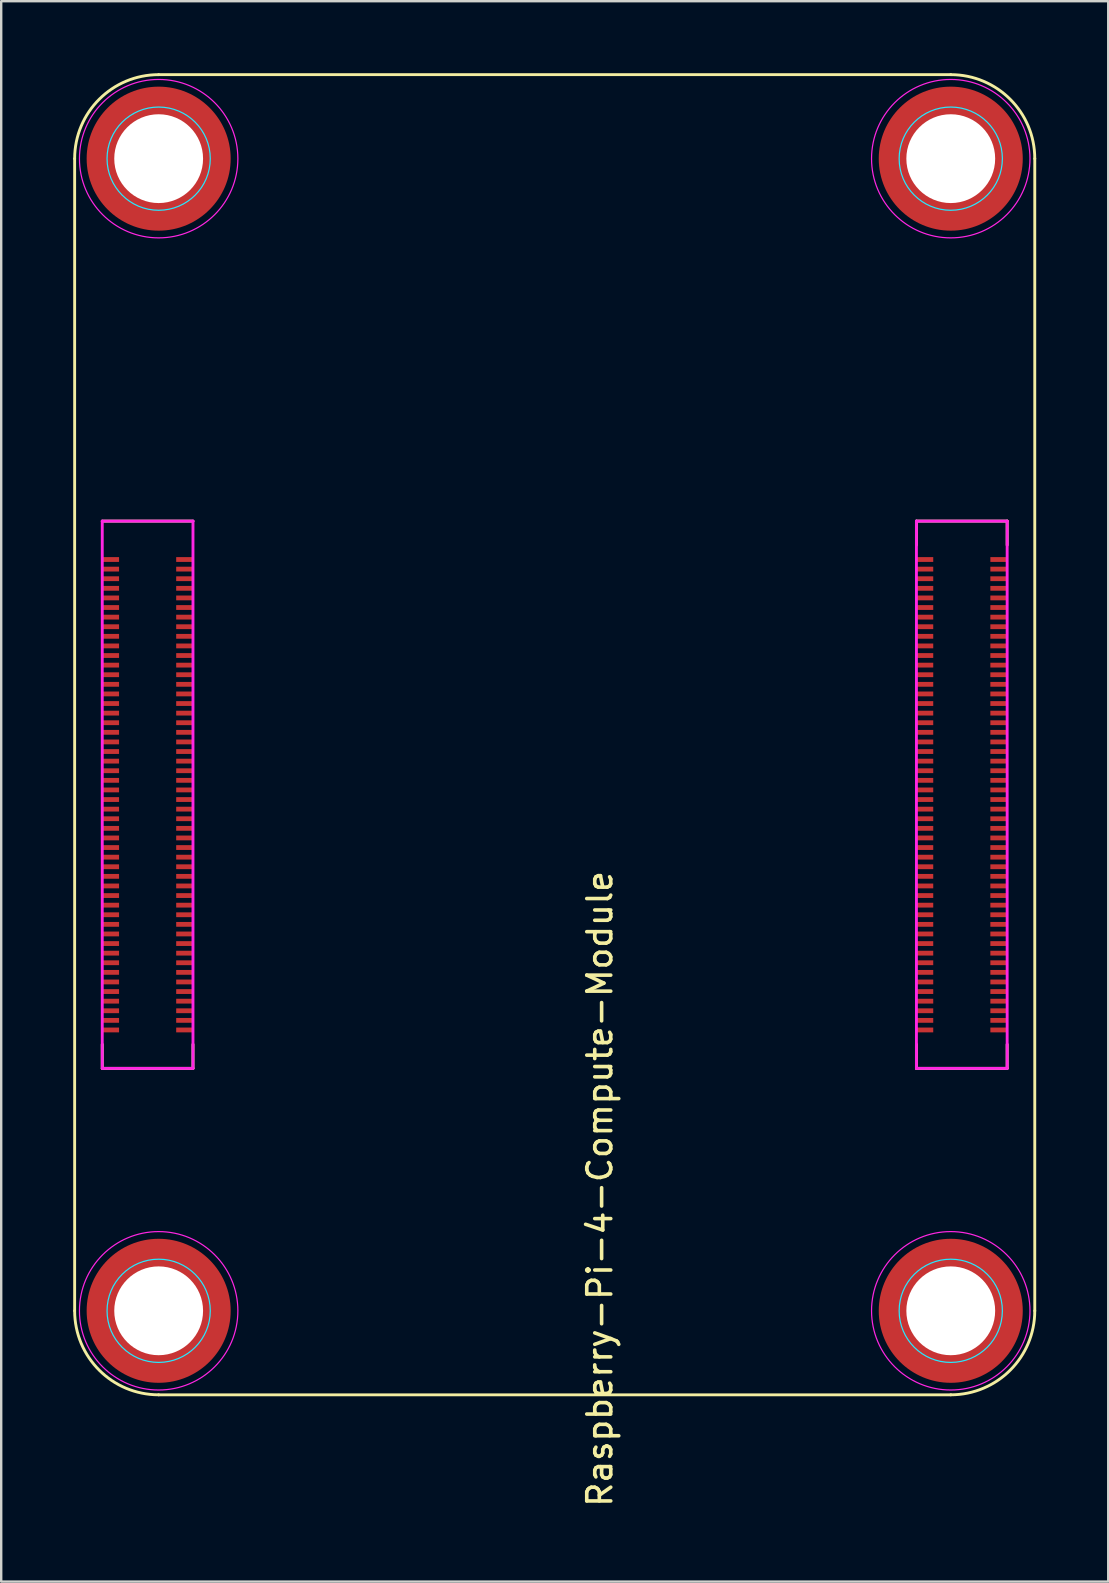
<source format=kicad_pcb>
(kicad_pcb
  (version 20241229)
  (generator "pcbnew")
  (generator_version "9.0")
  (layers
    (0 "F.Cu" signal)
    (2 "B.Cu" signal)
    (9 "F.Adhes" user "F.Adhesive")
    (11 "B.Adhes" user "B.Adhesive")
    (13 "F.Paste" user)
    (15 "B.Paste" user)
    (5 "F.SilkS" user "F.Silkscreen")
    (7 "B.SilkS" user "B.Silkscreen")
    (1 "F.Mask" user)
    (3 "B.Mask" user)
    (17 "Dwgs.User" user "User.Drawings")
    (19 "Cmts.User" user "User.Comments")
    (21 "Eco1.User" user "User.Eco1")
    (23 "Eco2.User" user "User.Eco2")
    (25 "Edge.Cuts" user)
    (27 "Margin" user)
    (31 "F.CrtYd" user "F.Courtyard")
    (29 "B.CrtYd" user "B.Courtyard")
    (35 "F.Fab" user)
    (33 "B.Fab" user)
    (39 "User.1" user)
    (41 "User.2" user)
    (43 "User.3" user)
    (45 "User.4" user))
  (footprint "Raspberry-Pi-4-Compute-Module"
    (layer "F.Cu")
    (at 3.56 51.56)
    (property "Reference" "Raspberry-Pi-4-Compute-Module" (at 18.38 -5.08 270) (layer "F.SilkS") (effects (font (size 1 1) (thickness 0.15))))
    (attr smd)
    (fp_line (start -3.5 -48) (end -3.5 0) (stroke (width 0.12) (type solid)) (layer "F.SilkS"))
    (fp_line (start -2.35 -32.9) (end 1.43 -32.9) (stroke (width 0.12) (type solid)) (layer "F.SilkS"))
    (fp_line (start -2.35 -10.1) (end -2.35 -11.1) (stroke (width 0.12) (type solid)) (layer "F.SilkS"))
    (fp_line (start -2.35 -10.1) (end 1.43 -10.1) (stroke (width 0.12) (type solid)) (layer "F.SilkS"))
    (fp_line (start 0 3.5) (end 33 3.5) (stroke (width 0.12) (type solid)) (layer "F.SilkS"))
    (fp_line (start 1.43 -10.1) (end 1.43 -11.1) (stroke (width 0.12) (type solid)) (layer "F.SilkS"))
    (fp_line (start 31.57 -32.9) (end 31.57 -31.9) (stroke (width 0.12) (type solid)) (layer "F.SilkS"))
    (fp_line (start 31.57 -32.9) (end 35.35 -32.9) (stroke (width 0.12) (type solid)) (layer "F.SilkS"))
    (fp_line (start 31.57 -10.1) (end 31.57 -11.1) (stroke (width 0.12) (type solid)) (layer "F.SilkS"))
    (fp_line (start 31.57 -10.1) (end 35.35 -10.1) (stroke (width 0.12) (type solid)) (layer "F.SilkS"))
    (fp_line (start 33 -51.5) (end 0 -51.5) (stroke (width 0.12) (type solid)) (layer "F.SilkS"))
    (fp_line (start 35.35 -32.9) (end 35.35 -31.9) (stroke (width 0.12) (type solid)) (layer "F.SilkS"))
    (fp_line (start 35.35 -10.1) (end 35.35 -11.1) (stroke (width 0.12) (type solid)) (layer "F.SilkS"))
    (fp_line (start 36.5 0) (end 36.5 -48) (stroke (width 0.12) (type solid)) (layer "F.SilkS"))
    (fp_arc (start -3.5 -48) (mid -2.474874 -50.474874) (end 0 -51.5) (stroke (width 0.12) (type solid)) (layer "F.SilkS"))
    (fp_arc (start 0 3.5) (mid -2.474874 2.474874) (end -3.5 0) (stroke (width 0.12) (type solid)) (layer "F.SilkS"))
    (fp_arc (start 33 -51.5) (mid 35.474874 -50.474874) (end 36.5 -48) (stroke (width 0.12) (type solid)) (layer "F.SilkS"))
    (fp_arc (start 36.5 0) (mid 35.474874 2.474874) (end 33 3.5) (stroke (width 0.12) (type solid)) (layer "F.SilkS"))
    (fp_circle (center 0 -48) (end 2.15 -48) (stroke (width 0.05) (type default)) (fill no) (layer "B.CrtYd"))
    (fp_circle (center 0 0) (end 2.15 0) (stroke (width 0.05) (type default)) (fill no) (layer "B.CrtYd"))
    (fp_circle (center 33 -48) (end 35.15 -48) (stroke (width 0.05) (type default)) (fill no) (layer "B.CrtYd"))
    (fp_circle (center 33 0) (end 35.15 0) (stroke (width 0.05) (type default)) (fill no) (layer "B.CrtYd"))
    (fp_line (start -2.35 -32.9) (end 1.43 -32.9) (stroke (width 0.12) (type solid)) (layer "F.CrtYd"))
    (fp_line (start -2.35 -10.1) (end -2.35 -32.9) (stroke (width 0.12) (type solid)) (layer "F.CrtYd"))
    (fp_line (start 1.43 -32.9) (end 1.43 -10.1) (stroke (width 0.12) (type solid)) (layer "F.CrtYd"))
    (fp_line (start 1.43 -10.1) (end -2.35 -10.1) (stroke (width 0.12) (type solid)) (layer "F.CrtYd"))
    (fp_line (start 31.57 -32.9) (end 35.35 -32.9) (stroke (width 0.12) (type solid)) (layer "F.CrtYd"))
    (fp_line (start 31.57 -10.1) (end 31.57 -32.9) (stroke (width 0.12) (type solid)) (layer "F.CrtYd"))
    (fp_line (start 35.35 -32.9) (end 35.35 -10.1) (stroke (width 0.12) (type solid)) (layer "F.CrtYd"))
    (fp_line (start 35.35 -10.1) (end 31.57 -10.1) (stroke (width 0.12) (type solid)) (layer "F.CrtYd"))
    (fp_circle (center 0 -48) (end 3.3 -48) (stroke (width 0.05) (type default)) (fill no) (layer "F.CrtYd"))
    (fp_circle (center 0 0) (end 3.3 0) (stroke (width 0.05) (type default)) (fill no) (layer "F.CrtYd"))
    (fp_circle (center 33 -48) (end 36.3 -48) (stroke (width 0.05) (type default)) (fill no) (layer "F.CrtYd"))
    (fp_circle (center 33 0) (end 36.3 0) (stroke (width 0.05) (type default)) (fill no) (layer "F.CrtYd"))
    (pad "" np_thru_hole circle (at 0 -48) (size 6 6) (drill 3.7) (layers "F.Cu" "F.Mask"))
    (pad "" np_thru_hole circle (at 0 0) (size 6 6) (drill 3.7) (layers "F.Cu" "F.Mask"))
    (pad "" np_thru_hole circle (at 33 -48) (size 6 6) (drill 3.7) (layers "F.Cu" "F.Mask"))
    (pad "" np_thru_hole circle (at 33 0) (size 6 6) (drill 3.7) (layers "F.Cu" "F.Mask"))
    (pad "1" smd rect (at -2 -31.3 270) (size 0.2 0.7) (layers "F.Cu" "F.Mask" "F.Paste"))
    (pad "2" smd rect (at 1.08 -31.3 270) (size 0.2 0.7) (layers "F.Cu" "F.Mask" "F.Paste"))
    (pad "3" smd rect (at -2 -30.9 270) (size 0.2 0.7) (layers "F.Cu" "F.Mask" "F.Paste"))
    (pad "4" smd rect (at 1.08 -30.9 270) (size 0.2 0.7) (layers "F.Cu" "F.Mask" "F.Paste"))
    (pad "5" smd rect (at -2 -30.5 270) (size 0.2 0.7) (layers "F.Cu" "F.Mask" "F.Paste"))
    (pad "6" smd rect (at 1.08 -30.5 270) (size 0.2 0.7) (layers "F.Cu" "F.Mask" "F.Paste"))
    (pad "7" smd rect (at -2 -30.1 270) (size 0.2 0.7) (layers "F.Cu" "F.Mask" "F.Paste"))
    (pad "8" smd rect (at 1.08 -30.1 270) (size 0.2 0.7) (layers "F.Cu" "F.Mask" "F.Paste"))
    (pad "9" smd rect (at -2 -29.7 270) (size 0.2 0.7) (layers "F.Cu" "F.Mask" "F.Paste"))
    (pad "10" smd rect (at 1.08 -29.7 270) (size 0.2 0.7) (layers "F.Cu" "F.Mask" "F.Paste"))
    (pad "11" smd rect (at -2 -29.3 270) (size 0.2 0.7) (layers "F.Cu" "F.Mask" "F.Paste"))
    (pad "12" smd rect (at 1.08 -29.3 270) (size 0.2 0.7) (layers "F.Cu" "F.Mask" "F.Paste"))
    (pad "13" smd rect (at -2 -28.9 270) (size 0.2 0.7) (layers "F.Cu" "F.Mask" "F.Paste"))
    (pad "14" smd rect (at 1.08 -28.9 270) (size 0.2 0.7) (layers "F.Cu" "F.Mask" "F.Paste"))
    (pad "15" smd rect (at -2 -28.5 270) (size 0.2 0.7) (layers "F.Cu" "F.Mask" "F.Paste"))
    (pad "16" smd rect (at 1.08 -28.5 270) (size 0.2 0.7) (layers "F.Cu" "F.Mask" "F.Paste"))
    (pad "17" smd rect (at -2 -28.1 270) (size 0.2 0.7) (layers "F.Cu" "F.Mask" "F.Paste"))
    (pad "18" smd rect (at 1.08 -28.1 270) (size 0.2 0.7) (layers "F.Cu" "F.Mask" "F.Paste"))
    (pad "19" smd rect (at -2 -27.7 270) (size 0.2 0.7) (layers "F.Cu" "F.Mask" "F.Paste"))
    (pad "20" smd rect (at 1.08 -27.7 270) (size 0.2 0.7) (layers "F.Cu" "F.Mask" "F.Paste"))
    (pad "21" smd rect (at -2 -27.3 270) (size 0.2 0.7) (layers "F.Cu" "F.Mask" "F.Paste"))
    (pad "22" smd rect (at 1.08 -27.3 270) (size 0.2 0.7) (layers "F.Cu" "F.Mask" "F.Paste"))
    (pad "23" smd rect (at -2 -26.9 270) (size 0.2 0.7) (layers "F.Cu" "F.Mask" "F.Paste"))
    (pad "24" smd rect (at 1.08 -26.9 270) (size 0.2 0.7) (layers "F.Cu" "F.Mask" "F.Paste"))
    (pad "25" smd rect (at -2 -26.5 270) (size 0.2 0.7) (layers "F.Cu" "F.Mask" "F.Paste"))
    (pad "26" smd rect (at 1.08 -26.5 270) (size 0.2 0.7) (layers "F.Cu" "F.Mask" "F.Paste"))
    (pad "27" smd rect (at -2 -26.1 270) (size 0.2 0.7) (layers "F.Cu" "F.Mask" "F.Paste"))
    (pad "28" smd rect (at 1.08 -26.1 270) (size 0.2 0.7) (layers "F.Cu" "F.Mask" "F.Paste"))
    (pad "29" smd rect (at -2 -25.7 270) (size 0.2 0.7) (layers "F.Cu" "F.Mask" "F.Paste"))
    (pad "30" smd rect (at 1.08 -25.7 270) (size 0.2 0.7) (layers "F.Cu" "F.Mask" "F.Paste"))
    (pad "31" smd rect (at -2 -25.3 270) (size 0.2 0.7) (layers "F.Cu" "F.Mask" "F.Paste"))
    (pad "32" smd rect (at 1.08 -25.3 270) (size 0.2 0.7) (layers "F.Cu" "F.Mask" "F.Paste"))
    (pad "33" smd rect (at -2 -24.9 270) (size 0.2 0.7) (layers "F.Cu" "F.Mask" "F.Paste"))
    (pad "34" smd rect (at 1.08 -24.9 270) (size 0.2 0.7) (layers "F.Cu" "F.Mask" "F.Paste"))
    (pad "35" smd rect (at -2 -24.5 270) (size 0.2 0.7) (layers "F.Cu" "F.Mask" "F.Paste"))
    (pad "36" smd rect (at 1.08 -24.5 270) (size 0.2 0.7) (layers "F.Cu" "F.Mask" "F.Paste"))
    (pad "37" smd rect (at -2 -24.1 270) (size 0.2 0.7) (layers "F.Cu" "F.Mask" "F.Paste"))
    (pad "38" smd rect (at 1.08 -24.1 270) (size 0.2 0.7) (layers "F.Cu" "F.Mask" "F.Paste"))
    (pad "39" smd rect (at -2 -23.7 270) (size 0.2 0.7) (layers "F.Cu" "F.Mask" "F.Paste"))
    (pad "40" smd rect (at 1.08 -23.7 270) (size 0.2 0.7) (layers "F.Cu" "F.Mask" "F.Paste"))
    (pad "41" smd rect (at -2 -23.3 270) (size 0.2 0.7) (layers "F.Cu" "F.Mask" "F.Paste"))
    (pad "42" smd rect (at 1.08 -23.3 270) (size 0.2 0.7) (layers "F.Cu" "F.Mask" "F.Paste"))
    (pad "43" smd rect (at -2 -22.9 270) (size 0.2 0.7) (layers "F.Cu" "F.Mask" "F.Paste"))
    (pad "44" smd rect (at 1.08 -22.9 270) (size 0.2 0.7) (layers "F.Cu" "F.Mask" "F.Paste"))
    (pad "45" smd rect (at -2 -22.5 270) (size 0.2 0.7) (layers "F.Cu" "F.Mask" "F.Paste"))
    (pad "46" smd rect (at 1.08 -22.5 270) (size 0.2 0.7) (layers "F.Cu" "F.Mask" "F.Paste"))
    (pad "47" smd rect (at -2 -22.1 270) (size 0.2 0.7) (layers "F.Cu" "F.Mask" "F.Paste"))
    (pad "48" smd rect (at 1.08 -22.1 270) (size 0.2 0.7) (layers "F.Cu" "F.Mask" "F.Paste"))
    (pad "49" smd rect (at -2 -21.7 270) (size 0.2 0.7) (layers "F.Cu" "F.Mask" "F.Paste"))
    (pad "50" smd rect (at 1.08 -21.7 270) (size 0.2 0.7) (layers "F.Cu" "F.Mask" "F.Paste"))
    (pad "51" smd rect (at -2 -21.3 270) (size 0.2 0.7) (layers "F.Cu" "F.Mask" "F.Paste"))
    (pad "52" smd rect (at 1.08 -21.3 270) (size 0.2 0.7) (layers "F.Cu" "F.Mask" "F.Paste"))
    (pad "53" smd rect (at -2 -20.9 270) (size 0.2 0.7) (layers "F.Cu" "F.Mask" "F.Paste"))
    (pad "54" smd rect (at 1.08 -20.9 270) (size 0.2 0.7) (layers "F.Cu" "F.Mask" "F.Paste"))
    (pad "55" smd rect (at -2 -20.5 270) (size 0.2 0.7) (layers "F.Cu" "F.Mask" "F.Paste"))
    (pad "56" smd rect (at 1.08 -20.5 270) (size 0.2 0.7) (layers "F.Cu" "F.Mask" "F.Paste"))
    (pad "57" smd rect (at -2 -20.1 270) (size 0.2 0.7) (layers "F.Cu" "F.Mask" "F.Paste"))
    (pad "58" smd rect (at 1.08 -20.1 270) (size 0.2 0.7) (layers "F.Cu" "F.Mask" "F.Paste"))
    (pad "59" smd rect (at -2 -19.7 270) (size 0.2 0.7) (layers "F.Cu" "F.Mask" "F.Paste"))
    (pad "60" smd rect (at 1.08 -19.7 270) (size 0.2 0.7) (layers "F.Cu" "F.Mask" "F.Paste"))
    (pad "61" smd rect (at -2 -19.3 270) (size 0.2 0.7) (layers "F.Cu" "F.Mask" "F.Paste"))
    (pad "62" smd rect (at 1.08 -19.3 270) (size 0.2 0.7) (layers "F.Cu" "F.Mask" "F.Paste"))
    (pad "63" smd rect (at -2 -18.9 270) (size 0.2 0.7) (layers "F.Cu" "F.Mask" "F.Paste"))
    (pad "64" smd rect (at 1.08 -18.9 270) (size 0.2 0.7) (layers "F.Cu" "F.Mask" "F.Paste"))
    (pad "65" smd rect (at -2 -18.5 270) (size 0.2 0.7) (layers "F.Cu" "F.Mask" "F.Paste"))
    (pad "66" smd rect (at 1.08 -18.5 270) (size 0.2 0.7) (layers "F.Cu" "F.Mask" "F.Paste"))
    (pad "67" smd rect (at -2 -18.1 270) (size 0.2 0.7) (layers "F.Cu" "F.Mask" "F.Paste"))
    (pad "68" smd rect (at 1.08 -18.1 270) (size 0.2 0.7) (layers "F.Cu" "F.Mask" "F.Paste"))
    (pad "69" smd rect (at -2 -17.7 270) (size 0.2 0.7) (layers "F.Cu" "F.Mask" "F.Paste"))
    (pad "70" smd rect (at 1.08 -17.7 270) (size 0.2 0.7) (layers "F.Cu" "F.Mask" "F.Paste"))
    (pad "71" smd rect (at -2 -17.3 270) (size 0.2 0.7) (layers "F.Cu" "F.Mask" "F.Paste"))
    (pad "72" smd rect (at 1.08 -17.3 270) (size 0.2 0.7) (layers "F.Cu" "F.Mask" "F.Paste"))
    (pad "73" smd rect (at -2 -16.9 270) (size 0.2 0.7) (layers "F.Cu" "F.Mask" "F.Paste"))
    (pad "74" smd rect (at 1.08 -16.9 270) (size 0.2 0.7) (layers "F.Cu" "F.Mask" "F.Paste"))
    (pad "75" smd rect (at -2 -16.5 270) (size 0.2 0.7) (layers "F.Cu" "F.Mask" "F.Paste"))
    (pad "76" smd rect (at 1.08 -16.5 270) (size 0.2 0.7) (layers "F.Cu" "F.Mask" "F.Paste"))
    (pad "77" smd rect (at -2 -16.1 270) (size 0.2 0.7) (layers "F.Cu" "F.Mask" "F.Paste"))
    (pad "78" smd rect (at 1.08 -16.1 270) (size 0.2 0.7) (layers "F.Cu" "F.Mask" "F.Paste"))
    (pad "79" smd rect (at -2 -15.7 270) (size 0.2 0.7) (layers "F.Cu" "F.Mask" "F.Paste"))
    (pad "80" smd rect (at 1.08 -15.7 270) (size 0.2 0.7) (layers "F.Cu" "F.Mask" "F.Paste"))
    (pad "81" smd rect (at -2 -15.3 270) (size 0.2 0.7) (layers "F.Cu" "F.Mask" "F.Paste"))
    (pad "82" smd rect (at 1.08 -15.3 270) (size 0.2 0.7) (layers "F.Cu" "F.Mask" "F.Paste"))
    (pad "83" smd rect (at -2 -14.9 270) (size 0.2 0.7) (layers "F.Cu" "F.Mask" "F.Paste"))
    (pad "84" smd rect (at 1.08 -14.9 270) (size 0.2 0.7) (layers "F.Cu" "F.Mask" "F.Paste"))
    (pad "85" smd rect (at -2 -14.5 270) (size 0.2 0.7) (layers "F.Cu" "F.Mask" "F.Paste"))
    (pad "86" smd rect (at 1.08 -14.5 270) (size 0.2 0.7) (layers "F.Cu" "F.Mask" "F.Paste"))
    (pad "87" smd rect (at -2 -14.1 270) (size 0.2 0.7) (layers "F.Cu" "F.Mask" "F.Paste"))
    (pad "88" smd rect (at 1.08 -14.1 270) (size 0.2 0.7) (layers "F.Cu" "F.Mask" "F.Paste"))
    (pad "89" smd rect (at -2 -13.7 270) (size 0.2 0.7) (layers "F.Cu" "F.Mask" "F.Paste"))
    (pad "90" smd rect (at 1.08 -13.7 270) (size 0.2 0.7) (layers "F.Cu" "F.Mask" "F.Paste"))
    (pad "91" smd rect (at -2 -13.3 270) (size 0.2 0.7) (layers "F.Cu" "F.Mask" "F.Paste"))
    (pad "92" smd rect (at 1.08 -13.3 270) (size 0.2 0.7) (layers "F.Cu" "F.Mask" "F.Paste"))
    (pad "93" smd rect (at -2 -12.9 270) (size 0.2 0.7) (layers "F.Cu" "F.Mask" "F.Paste"))
    (pad "94" smd rect (at 1.08 -12.9 270) (size 0.2 0.7) (layers "F.Cu" "F.Mask" "F.Paste"))
    (pad "95" smd rect (at -2 -12.5 270) (size 0.2 0.7) (layers "F.Cu" "F.Mask" "F.Paste"))
    (pad "96" smd rect (at 1.08 -12.5 270) (size 0.2 0.7) (layers "F.Cu" "F.Mask" "F.Paste"))
    (pad "97" smd rect (at -2 -12.1 270) (size 0.2 0.7) (layers "F.Cu" "F.Mask" "F.Paste"))
    (pad "98" smd rect (at 1.08 -12.1 270) (size 0.2 0.7) (layers "F.Cu" "F.Mask" "F.Paste"))
    (pad "99" smd rect (at -2 -11.7 270) (size 0.2 0.7) (layers "F.Cu" "F.Mask" "F.Paste"))
    (pad "100" smd rect (at 1.08 -11.7 270) (size 0.2 0.7) (layers "F.Cu" "F.Mask" "F.Paste"))
    (pad "101" smd rect (at 31.92 -31.3 270) (size 0.2 0.7) (layers "F.Cu" "F.Mask" "F.Paste"))
    (pad "102" smd rect (at 35 -31.3 270) (size 0.2 0.7) (layers "F.Cu" "F.Mask" "F.Paste"))
    (pad "103" smd rect (at 31.92 -30.9 270) (size 0.2 0.7) (layers "F.Cu" "F.Mask" "F.Paste"))
    (pad "104" smd rect (at 35 -30.9 270) (size 0.2 0.7) (layers "F.Cu" "F.Mask" "F.Paste"))
    (pad "105" smd rect (at 31.92 -30.5 270) (size 0.2 0.7) (layers "F.Cu" "F.Mask" "F.Paste"))
    (pad "106" smd rect (at 35 -30.5 270) (size 0.2 0.7) (layers "F.Cu" "F.Mask" "F.Paste"))
    (pad "107" smd rect (at 31.92 -30.1 270) (size 0.2 0.7) (layers "F.Cu" "F.Mask" "F.Paste"))
    (pad "108" smd rect (at 35 -30.1 270) (size 0.2 0.7) (layers "F.Cu" "F.Mask" "F.Paste"))
    (pad "109" smd rect (at 31.92 -29.7 270) (size 0.2 0.7) (layers "F.Cu" "F.Mask" "F.Paste"))
    (pad "110" smd rect (at 35 -29.7 270) (size 0.2 0.7) (layers "F.Cu" "F.Mask" "F.Paste"))
    (pad "111" smd rect (at 31.92 -29.3 270) (size 0.2 0.7) (layers "F.Cu" "F.Mask" "F.Paste"))
    (pad "112" smd rect (at 35 -29.3 270) (size 0.2 0.7) (layers "F.Cu" "F.Mask" "F.Paste"))
    (pad "113" smd rect (at 31.92 -28.9 270) (size 0.2 0.7) (layers "F.Cu" "F.Mask" "F.Paste"))
    (pad "114" smd rect (at 35 -28.9 270) (size 0.2 0.7) (layers "F.Cu" "F.Mask" "F.Paste"))
    (pad "115" smd rect (at 31.92 -28.5 270) (size 0.2 0.7) (layers "F.Cu" "F.Mask" "F.Paste"))
    (pad "116" smd rect (at 35 -28.5 270) (size 0.2 0.7) (layers "F.Cu" "F.Mask" "F.Paste"))
    (pad "117" smd rect (at 31.92 -28.1 270) (size 0.2 0.7) (layers "F.Cu" "F.Mask" "F.Paste"))
    (pad "118" smd rect (at 35 -28.1 270) (size 0.2 0.7) (layers "F.Cu" "F.Mask" "F.Paste"))
    (pad "119" smd rect (at 31.92 -27.7 270) (size 0.2 0.7) (layers "F.Cu" "F.Mask" "F.Paste"))
    (pad "120" smd rect (at 35 -27.7 270) (size 0.2 0.7) (layers "F.Cu" "F.Mask" "F.Paste"))
    (pad "121" smd rect (at 31.92 -27.3 270) (size 0.2 0.7) (layers "F.Cu" "F.Mask" "F.Paste"))
    (pad "122" smd rect (at 35 -27.3 270) (size 0.2 0.7) (layers "F.Cu" "F.Mask" "F.Paste"))
    (pad "123" smd rect (at 31.92 -26.9 270) (size 0.2 0.7) (layers "F.Cu" "F.Mask" "F.Paste"))
    (pad "124" smd rect (at 35 -26.9 270) (size 0.2 0.7) (layers "F.Cu" "F.Mask" "F.Paste"))
    (pad "125" smd rect (at 31.92 -26.5 270) (size 0.2 0.7) (layers "F.Cu" "F.Mask" "F.Paste"))
    (pad "126" smd rect (at 35 -26.5 270) (size 0.2 0.7) (layers "F.Cu" "F.Mask" "F.Paste"))
    (pad "127" smd rect (at 31.92 -26.1 270) (size 0.2 0.7) (layers "F.Cu" "F.Mask" "F.Paste"))
    (pad "128" smd rect (at 35 -26.1 270) (size 0.2 0.7) (layers "F.Cu" "F.Mask" "F.Paste"))
    (pad "129" smd rect (at 31.92 -25.7 270) (size 0.2 0.7) (layers "F.Cu" "F.Mask" "F.Paste"))
    (pad "130" smd rect (at 35 -25.7 270) (size 0.2 0.7) (layers "F.Cu" "F.Mask" "F.Paste"))
    (pad "131" smd rect (at 31.92 -25.3 270) (size 0.2 0.7) (layers "F.Cu" "F.Mask" "F.Paste"))
    (pad "132" smd rect (at 35 -25.3 270) (size 0.2 0.7) (layers "F.Cu" "F.Mask" "F.Paste"))
    (pad "133" smd rect (at 31.92 -24.9 270) (size 0.2 0.7) (layers "F.Cu" "F.Mask" "F.Paste"))
    (pad "134" smd rect (at 35 -24.9 270) (size 0.2 0.7) (layers "F.Cu" "F.Mask" "F.Paste"))
    (pad "135" smd rect (at 31.92 -24.5 270) (size 0.2 0.7) (layers "F.Cu" "F.Mask" "F.Paste"))
    (pad "136" smd rect (at 35 -24.5 270) (size 0.2 0.7) (layers "F.Cu" "F.Mask" "F.Paste"))
    (pad "137" smd rect (at 31.92 -24.1 270) (size 0.2 0.7) (layers "F.Cu" "F.Mask" "F.Paste"))
    (pad "138" smd rect (at 35 -24.1 270) (size 0.2 0.7) (layers "F.Cu" "F.Mask" "F.Paste"))
    (pad "139" smd rect (at 31.92 -23.7 270) (size 0.2 0.7) (layers "F.Cu" "F.Mask" "F.Paste"))
    (pad "140" smd rect (at 35 -23.7 270) (size 0.2 0.7) (layers "F.Cu" "F.Mask" "F.Paste"))
    (pad "141" smd rect (at 31.92 -23.3 270) (size 0.2 0.7) (layers "F.Cu" "F.Mask" "F.Paste"))
    (pad "142" smd rect (at 35 -23.3 270) (size 0.2 0.7) (layers "F.Cu" "F.Mask" "F.Paste"))
    (pad "143" smd rect (at 31.92 -22.9 270) (size 0.2 0.7) (layers "F.Cu" "F.Mask" "F.Paste"))
    (pad "144" smd rect (at 35 -22.9 270) (size 0.2 0.7) (layers "F.Cu" "F.Mask" "F.Paste"))
    (pad "145" smd rect (at 31.92 -22.5 270) (size 0.2 0.7) (layers "F.Cu" "F.Mask" "F.Paste"))
    (pad "146" smd rect (at 35 -22.5 270) (size 0.2 0.7) (layers "F.Cu" "F.Mask" "F.Paste"))
    (pad "147" smd rect (at 31.92 -22.1 270) (size 0.2 0.7) (layers "F.Cu" "F.Mask" "F.Paste"))
    (pad "148" smd rect (at 35 -22.1 270) (size 0.2 0.7) (layers "F.Cu" "F.Mask" "F.Paste"))
    (pad "149" smd rect (at 31.92 -21.7 270) (size 0.2 0.7) (layers "F.Cu" "F.Mask" "F.Paste"))
    (pad "150" smd rect (at 35 -21.7 270) (size 0.2 0.7) (layers "F.Cu" "F.Mask" "F.Paste"))
    (pad "151" smd rect (at 31.92 -21.3 270) (size 0.2 0.7) (layers "F.Cu" "F.Mask" "F.Paste"))
    (pad "152" smd rect (at 35 -21.3 270) (size 0.2 0.7) (layers "F.Cu" "F.Mask" "F.Paste"))
    (pad "153" smd rect (at 31.92 -20.9 270) (size 0.2 0.7) (layers "F.Cu" "F.Mask" "F.Paste"))
    (pad "154" smd rect (at 35 -20.9 270) (size 0.2 0.7) (layers "F.Cu" "F.Mask" "F.Paste"))
    (pad "155" smd rect (at 31.92 -20.5 270) (size 0.2 0.7) (layers "F.Cu" "F.Mask" "F.Paste"))
    (pad "156" smd rect (at 35 -20.5 270) (size 0.2 0.7) (layers "F.Cu" "F.Mask" "F.Paste"))
    (pad "157" smd rect (at 31.92 -20.1 270) (size 0.2 0.7) (layers "F.Cu" "F.Mask" "F.Paste"))
    (pad "158" smd rect (at 35 -20.1 270) (size 0.2 0.7) (layers "F.Cu" "F.Mask" "F.Paste"))
    (pad "159" smd rect (at 31.92 -19.7 270) (size 0.2 0.7) (layers "F.Cu" "F.Mask" "F.Paste"))
    (pad "160" smd rect (at 35 -19.7 270) (size 0.2 0.7) (layers "F.Cu" "F.Mask" "F.Paste"))
    (pad "161" smd rect (at 31.92 -19.3 270) (size 0.2 0.7) (layers "F.Cu" "F.Mask" "F.Paste"))
    (pad "162" smd rect (at 35 -19.3 270) (size 0.2 0.7) (layers "F.Cu" "F.Mask" "F.Paste"))
    (pad "163" smd rect (at 31.92 -18.9 270) (size 0.2 0.7) (layers "F.Cu" "F.Mask" "F.Paste"))
    (pad "164" smd rect (at 35 -18.9 270) (size 0.2 0.7) (layers "F.Cu" "F.Mask" "F.Paste"))
    (pad "165" smd rect (at 31.92 -18.5 270) (size 0.2 0.7) (layers "F.Cu" "F.Mask" "F.Paste"))
    (pad "166" smd rect (at 35 -18.5 270) (size 0.2 0.7) (layers "F.Cu" "F.Mask" "F.Paste"))
    (pad "167" smd rect (at 31.92 -18.1 270) (size 0.2 0.7) (layers "F.Cu" "F.Mask" "F.Paste"))
    (pad "168" smd rect (at 35 -18.1 270) (size 0.2 0.7) (layers "F.Cu" "F.Mask" "F.Paste"))
    (pad "169" smd rect (at 31.92 -17.7 270) (size 0.2 0.7) (layers "F.Cu" "F.Mask" "F.Paste"))
    (pad "170" smd rect (at 35 -17.7 270) (size 0.2 0.7) (layers "F.Cu" "F.Mask" "F.Paste"))
    (pad "171" smd rect (at 31.92 -17.3 270) (size 0.2 0.7) (layers "F.Cu" "F.Mask" "F.Paste"))
    (pad "172" smd rect (at 35 -17.3 270) (size 0.2 0.7) (layers "F.Cu" "F.Mask" "F.Paste"))
    (pad "173" smd rect (at 31.92 -16.9 270) (size 0.2 0.7) (layers "F.Cu" "F.Mask" "F.Paste"))
    (pad "174" smd rect (at 35 -16.9 270) (size 0.2 0.7) (layers "F.Cu" "F.Mask" "F.Paste"))
    (pad "175" smd rect (at 31.92 -16.5 270) (size 0.2 0.7) (layers "F.Cu" "F.Mask" "F.Paste"))
    (pad "176" smd rect (at 35 -16.5 270) (size 0.2 0.7) (layers "F.Cu" "F.Mask" "F.Paste"))
    (pad "177" smd rect (at 31.92 -16.1 270) (size 0.2 0.7) (layers "F.Cu" "F.Mask" "F.Paste"))
    (pad "178" smd rect (at 35 -16.1 270) (size 0.2 0.7) (layers "F.Cu" "F.Mask" "F.Paste"))
    (pad "179" smd rect (at 31.92 -15.7 270) (size 0.2 0.7) (layers "F.Cu" "F.Mask" "F.Paste"))
    (pad "180" smd rect (at 35 -15.7 270) (size 0.2 0.7) (layers "F.Cu" "F.Mask" "F.Paste"))
    (pad "181" smd rect (at 31.92 -15.3 270) (size 0.2 0.7) (layers "F.Cu" "F.Mask" "F.Paste"))
    (pad "182" smd rect (at 35 -15.3 270) (size 0.2 0.7) (layers "F.Cu" "F.Mask" "F.Paste"))
    (pad "183" smd rect (at 31.92 -14.9 270) (size 0.2 0.7) (layers "F.Cu" "F.Mask" "F.Paste"))
    (pad "184" smd rect (at 35 -14.9 270) (size 0.2 0.7) (layers "F.Cu" "F.Mask" "F.Paste"))
    (pad "185" smd rect (at 31.92 -14.5 270) (size 0.2 0.7) (layers "F.Cu" "F.Mask" "F.Paste"))
    (pad "186" smd rect (at 35 -14.5 270) (size 0.2 0.7) (layers "F.Cu" "F.Mask" "F.Paste"))
    (pad "187" smd rect (at 31.92 -14.1 270) (size 0.2 0.7) (layers "F.Cu" "F.Mask" "F.Paste"))
    (pad "188" smd rect (at 35 -14.1 270) (size 0.2 0.7) (layers "F.Cu" "F.Mask" "F.Paste"))
    (pad "189" smd rect (at 31.92 -13.7 270) (size 0.2 0.7) (layers "F.Cu" "F.Mask" "F.Paste"))
    (pad "190" smd rect (at 35 -13.7 270) (size 0.2 0.7) (layers "F.Cu" "F.Mask" "F.Paste"))
    (pad "191" smd rect (at 31.92 -13.3 270) (size 0.2 0.7) (layers "F.Cu" "F.Mask" "F.Paste"))
    (pad "192" smd rect (at 35 -13.3 270) (size 0.2 0.7) (layers "F.Cu" "F.Mask" "F.Paste"))
    (pad "193" smd rect (at 31.92 -12.9 270) (size 0.2 0.7) (layers "F.Cu" "F.Mask" "F.Paste"))
    (pad "194" smd rect (at 35 -12.9 270) (size 0.2 0.7) (layers "F.Cu" "F.Mask" "F.Paste"))
    (pad "195" smd rect (at 31.92 -12.5 270) (size 0.2 0.7) (layers "F.Cu" "F.Mask" "F.Paste"))
    (pad "196" smd rect (at 35 -12.5 270) (size 0.2 0.7) (layers "F.Cu" "F.Mask" "F.Paste"))
    (pad "197" smd rect (at 31.92 -12.1 270) (size 0.2 0.7) (layers "F.Cu" "F.Mask" "F.Paste"))
    (pad "198" smd rect (at 35 -12.1 270) (size 0.2 0.7) (layers "F.Cu" "F.Mask" "F.Paste"))
    (pad "199" smd rect (at 31.92 -11.7 270) (size 0.2 0.7) (layers "F.Cu" "F.Mask" "F.Paste"))
    (pad "200" smd rect (at 35 -11.7 270) (size 0.2 0.7) (layers "F.Cu" "F.Mask" "F.Paste")))
  (gr_rect
    (start -3 -3)
    (end 43.12 62.843)
    (stroke (width 0.1) (type default))
    (fill no)
    (layer "Edge.Cuts")))
</source>
